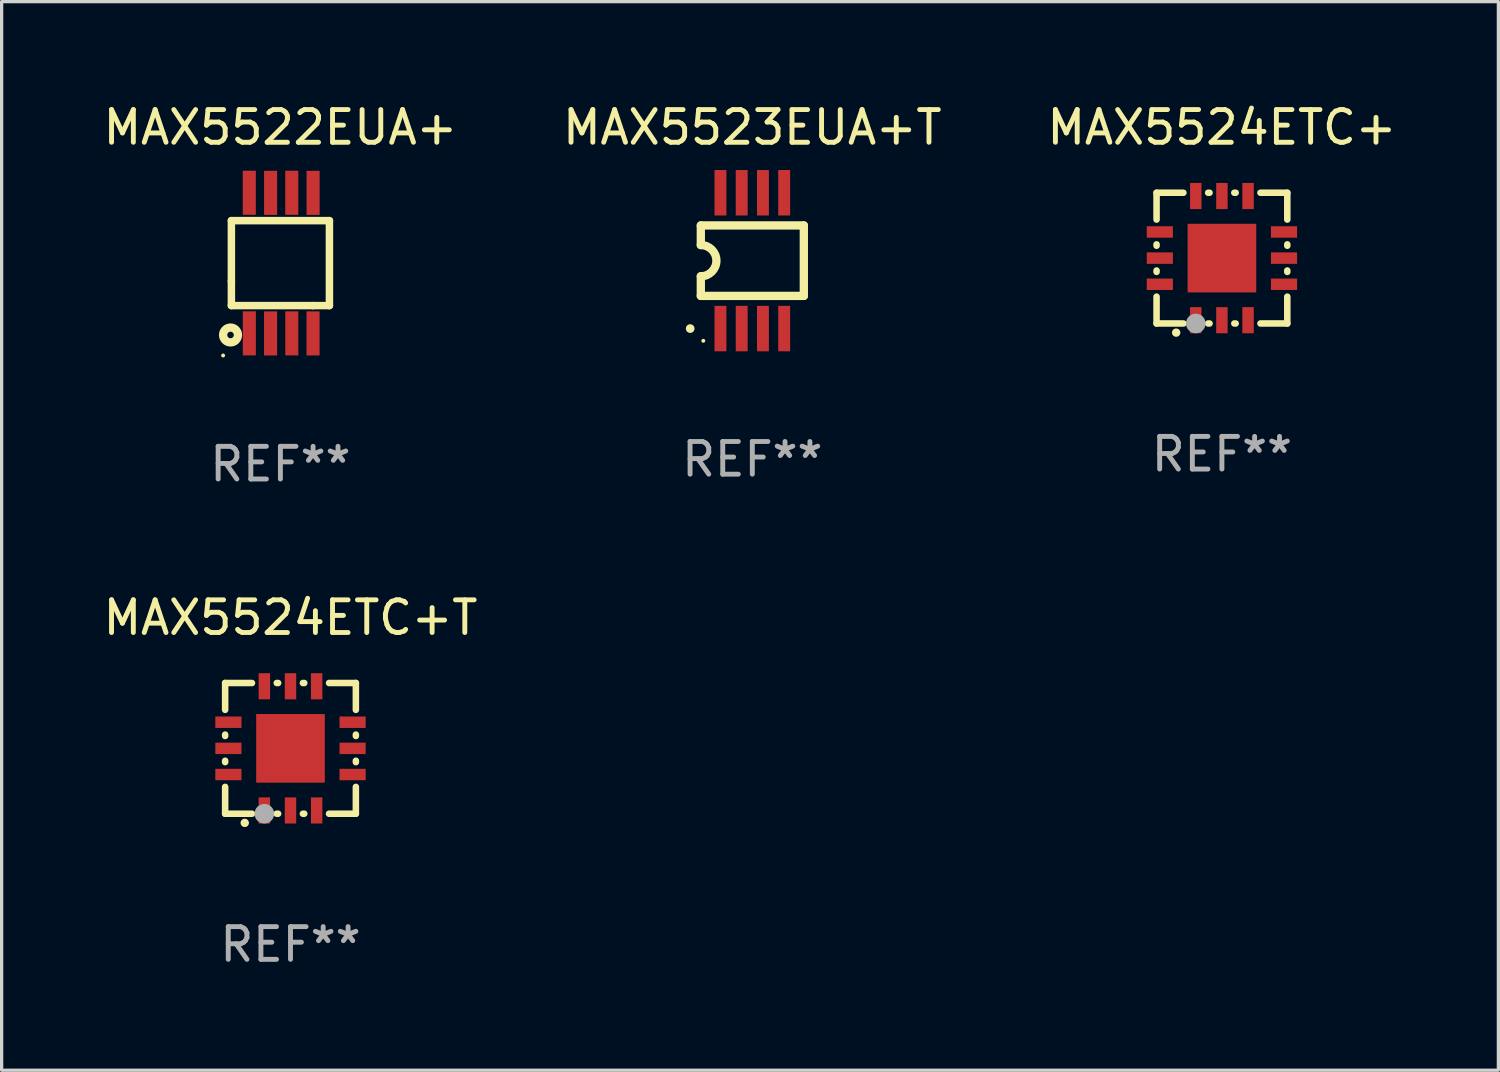
<source format=kicad_pcb>
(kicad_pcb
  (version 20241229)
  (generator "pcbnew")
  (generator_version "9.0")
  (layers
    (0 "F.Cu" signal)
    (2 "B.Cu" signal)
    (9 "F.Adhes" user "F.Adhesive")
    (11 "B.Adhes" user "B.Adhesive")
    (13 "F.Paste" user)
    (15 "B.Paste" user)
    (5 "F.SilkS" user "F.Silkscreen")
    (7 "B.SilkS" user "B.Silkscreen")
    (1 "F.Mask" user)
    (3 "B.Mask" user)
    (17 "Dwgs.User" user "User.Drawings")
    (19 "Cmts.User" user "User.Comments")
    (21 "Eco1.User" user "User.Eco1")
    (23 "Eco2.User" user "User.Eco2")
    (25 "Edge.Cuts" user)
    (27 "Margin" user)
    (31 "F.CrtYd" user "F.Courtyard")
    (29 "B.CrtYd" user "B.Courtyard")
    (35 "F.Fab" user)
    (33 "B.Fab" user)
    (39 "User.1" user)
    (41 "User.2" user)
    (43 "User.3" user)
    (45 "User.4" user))
  (footprint "MAX5522EUA+"
    (layer "F.Cu")
    (at 5.53 5)
    (property "Reference" "MAX5522EUA+" (at 0 -4.152 0) (layer "F.SilkS") (effects (font (size 1 1) (thickness 0.15))))
    (attr through_hole)
    (fp_line (start -1.5 1.301) (end 1 1.301) (stroke (width 0.229) (type solid)) (layer "F.SilkS"))
    (fp_line (start -1.5 -1.299) (end -1.5 0.551) (stroke (width 0.229) (type solid)) (layer "F.SilkS"))
    (fp_line (start -1.5 0.551) (end -1.5 1.301) (stroke (width 0.229) (type solid)) (layer "F.SilkS"))
    (fp_line (start 1 1.301) (end 1.5 1.301) (stroke (width 0.229) (type solid)) (layer "F.SilkS"))
    (fp_line (start 1.5 1.301) (end 1.5 -1.299) (stroke (width 0.229) (type solid)) (layer "F.SilkS"))
    (fp_line (start 1.5 -1.299) (end -1.5 -1.299) (stroke (width 0.229) (type solid)) (layer "F.SilkS"))
    (fp_circle (center -1.753 2.827) (end -1.723 2.827) (stroke (width 0.06) (type solid)) (fill no) (layer "F.SilkS"))
    (fp_circle (center -1.526 2.2) (end -1.426 2.2) (stroke (width 0.254) (type solid)) (fill no) (layer "F.SilkS"))
    (fp_text user "REF**" (at 0 6.152 0) (layer "F.Fab") (effects (font (size 1 1) (thickness 0.15))))
    (pad "1" smd rect (at -0.951 2.15) (size 0.4 1.349) (layers "F.Cu" "F.Mask" "F.Paste"))
    (pad "2" smd rect (at -0.301 2.152) (size 0.4 1.349) (layers "F.Cu" "F.Mask" "F.Paste"))
    (pad "3" smd rect (at 0.349 2.151) (size 0.4 1.349) (layers "F.Cu" "F.Mask" "F.Paste"))
    (pad "4" smd rect (at 0.999 2.152) (size 0.4 1.349) (layers "F.Cu" "F.Mask" "F.Paste"))
    (pad "5" smd rect (at 1 -2.149) (size 0.4 1.349) (layers "F.Cu" "F.Mask" "F.Paste"))
    (pad "6" smd rect (at 0.348 -2.152) (size 0.4 1.349) (layers "F.Cu" "F.Mask" "F.Paste"))
    (pad "7" smd rect (at -0.3 -2.149) (size 0.4 1.349) (layers "F.Cu" "F.Mask" "F.Paste"))
    (pad "8" smd rect (at -0.952 -2.152) (size 0.4 1.349) (layers "F.Cu" "F.Mask" "F.Paste")))
  (footprint "MAX5524ETC+T"
    (layer "F.Cu")
    (at 5.839 19.849)
    (property "Reference" "MAX5524ETC+T" (at 0 -4 0) (layer "F.SilkS") (effects (font (size 1 1) (thickness 0.15))))
    (attr through_hole)
    (fp_line (start -2 -2) (end -1.179 -2) (stroke (width 0.2) (type solid)) (layer "F.SilkS"))
    (fp_line (start -2 -1.179) (end -2 -2) (stroke (width 0.2) (type solid)) (layer "F.SilkS"))
    (fp_line (start -2 -0.379) (end -2 -0.421) (stroke (width 0.2) (type solid)) (layer "F.SilkS"))
    (fp_line (start -2 0.421) (end -2 0.379) (stroke (width 0.2) (type solid)) (layer "F.SilkS"))
    (fp_line (start -2 2) (end -2 1.179) (stroke (width 0.2) (type solid)) (layer "F.SilkS"))
    (fp_line (start -1.179 2) (end -2 2) (stroke (width 0.2) (type solid)) (layer "F.SilkS"))
    (fp_line (start -0.421 -2) (end -0.379 -2) (stroke (width 0.2) (type solid)) (layer "F.SilkS"))
    (fp_line (start -0.379 2) (end -0.421 2) (stroke (width 0.2) (type solid)) (layer "F.SilkS"))
    (fp_line (start 0.379 -2) (end 0.421 -2) (stroke (width 0.2) (type solid)) (layer "F.SilkS"))
    (fp_line (start 0.421 2) (end 0.379 2) (stroke (width 0.2) (type solid)) (layer "F.SilkS"))
    (fp_line (start 1.179 -2) (end 2 -2) (stroke (width 0.2) (type solid)) (layer "F.SilkS"))
    (fp_line (start 2 -2) (end 2 -1.179) (stroke (width 0.2) (type solid)) (layer "F.SilkS"))
    (fp_line (start 2 -0.421) (end 2 -0.379) (stroke (width 0.2) (type solid)) (layer "F.SilkS"))
    (fp_line (start 2 0.379) (end 2 0.421) (stroke (width 0.2) (type solid)) (layer "F.SilkS"))
    (fp_line (start 2 1.179) (end 2 2) (stroke (width 0.2) (type solid)) (layer "F.SilkS"))
    (fp_line (start 2 2) (end 1.179 2) (stroke (width 0.2) (type solid)) (layer "F.SilkS"))
    (fp_arc (start -1.40127 2.28001) (mid -1.4 2.280003) (end -1.39873 2.28001) (stroke (width 0.254001) (type solid)) (layer "F.SilkS"))
    (fp_circle (center -2 2) (end -1.97 2) (stroke (width 0.06) (type solid)) (fill no) (layer "F.SilkS"))
    (fp_circle (center -0.8 2) (end -0.65 2) (stroke (width 0.3) (type solid)) (fill no) (layer "F.Fab"))
    (fp_text user "REF**" (at 0 6 0) (layer "F.Fab") (effects (font (size 1 1) (thickness 0.15))))
    (pad "1" smd rect (at -0.8 1.9 90) (size 0.8 0.35) (layers "F.Cu" "F.Mask" "F.Paste"))
    (pad "2" smd rect (at -0.000127 1.9 90) (size 0.8 0.35) (layers "F.Cu" "F.Mask" "F.Paste"))
    (pad "3" smd rect (at 0.8 1.9 90) (size 0.8 0.35) (layers "F.Cu" "F.Mask" "F.Paste"))
    (pad "4" smd rect (at 1.9 0.8 180) (size 0.8 0.35) (layers "F.Cu" "F.Mask" "F.Paste"))
    (pad "5" smd rect (at 1.9 -0.000127 180) (size 0.8 0.35) (layers "F.Cu" "F.Mask" "F.Paste"))
    (pad "6" smd rect (at 1.9 -0.8 180) (size 0.8 0.35) (layers "F.Cu" "F.Mask" "F.Paste"))
    (pad "7" smd rect (at 0.8 -1.9 270) (size 0.8 0.35) (layers "F.Cu" "F.Mask" "F.Paste"))
    (pad "8" smd rect (at -0.000127 -1.9 270) (size 0.8 0.35) (layers "F.Cu" "F.Mask" "F.Paste"))
    (pad "9" smd rect (at -0.8 -1.9 270) (size 0.8 0.35) (layers "F.Cu" "F.Mask" "F.Paste"))
    (pad "10" smd rect (at -1.9 -0.8) (size 0.8 0.35) (layers "F.Cu" "F.Mask" "F.Paste"))
    (pad "11" smd rect (at -1.9 -0.000127) (size 0.8 0.35) (layers "F.Cu" "F.Mask" "F.Paste"))
    (pad "12" smd rect (at -1.9 0.8) (size 0.8 0.35) (layers "F.Cu" "F.Mask" "F.Paste"))
    (pad "13" smd rect (at -0.000127 -0.000127 90) (size 2.1 2.1) (layers "F.Cu" "F.Mask" "F.Paste")))
  (footprint "MAX5523EUA+T"
    (layer "F.Cu")
    (at 19.97 4.926)
    (property "Reference" "MAX5523EUA+T" (at 0 -4.078 0) (layer "F.SilkS") (effects (font (size 1 1) (thickness 0.15))))
    (attr through_hole)
    (fp_line (start -1.576 -1.078) (end -1.576 -0.478) (stroke (width 0.254) (type solid)) (layer "F.SilkS"))
    (fp_line (start -1.576 -1.078) (end 1.576 -1.078) (stroke (width 0.254) (type solid)) (layer "F.SilkS"))
    (fp_line (start -1.576 1.078) (end -1.576 0.478) (stroke (width 0.254) (type solid)) (layer "F.SilkS"))
    (fp_line (start 1.576 -1.078) (end 1.576 1.078) (stroke (width 0.254) (type solid)) (layer "F.SilkS"))
    (fp_line (start 1.576 1.078) (end -1.576 1.078) (stroke (width 0.254) (type solid)) (layer "F.SilkS"))
    (fp_arc (start -1.577343 -0.47752) (mid -1.099721 -0.000481) (end -1.5762 0.477699) (stroke (width 0.254001) (type solid)) (layer "F.SilkS"))
    (fp_circle (center -1.901 2.078) (end -1.834 2.078) (stroke (width 0.134) (type solid)) (fill no) (layer "F.SilkS"))
    (fp_circle (center -1.5 2.452) (end -1.47 2.452) (stroke (width 0.06) (type solid)) (fill no) (layer "F.SilkS"))
    (fp_text user "REF**" (at 0 6.078 0) (layer "F.Fab") (effects (font (size 1 1) (thickness 0.15))))
    (pad "1" smd rect (at -0.975 2.078) (size 0.364 1.391) (layers "F.Cu" "F.Mask" "F.Paste"))
    (pad "2" smd rect (at -0.325 2.078) (size 0.364 1.391) (layers "F.Cu" "F.Mask" "F.Paste"))
    (pad "3" smd rect (at 0.325 2.078) (size 0.364 1.391) (layers "F.Cu" "F.Mask" "F.Paste"))
    (pad "4" smd rect (at 0.975 2.078) (size 0.364 1.391) (layers "F.Cu" "F.Mask" "F.Paste"))
    (pad "5" smd rect (at 0.975 -2.078) (size 0.364 1.391) (layers "F.Cu" "F.Mask" "F.Paste"))
    (pad "6" smd rect (at 0.325 -2.078) (size 0.364 1.391) (layers "F.Cu" "F.Mask" "F.Paste"))
    (pad "7" smd rect (at -0.325 -2.078) (size 0.364 1.391) (layers "F.Cu" "F.Mask" "F.Paste"))
    (pad "8" smd rect (at -0.975 -2.078) (size 0.364 1.391) (layers "F.Cu" "F.Mask" "F.Paste")))
  (footprint "MAX5524ETC+"
    (layer "F.Cu")
    (at 34.339 4.848)
    (property "Reference" "MAX5524ETC+" (at 0 -4 0) (layer "F.SilkS") (effects (font (size 1 1) (thickness 0.15))))
    (attr through_hole)
    (fp_line (start -2 -2) (end -1.179 -2) (stroke (width 0.2) (type solid)) (layer "F.SilkS"))
    (fp_line (start -2 -1.179) (end -2 -2) (stroke (width 0.2) (type solid)) (layer "F.SilkS"))
    (fp_line (start -2 -0.379) (end -2 -0.421) (stroke (width 0.2) (type solid)) (layer "F.SilkS"))
    (fp_line (start -2 0.421) (end -2 0.379) (stroke (width 0.2) (type solid)) (layer "F.SilkS"))
    (fp_line (start -2 2) (end -2 1.179) (stroke (width 0.2) (type solid)) (layer "F.SilkS"))
    (fp_line (start -1.179 2) (end -2 2) (stroke (width 0.2) (type solid)) (layer "F.SilkS"))
    (fp_line (start -0.421 -2) (end -0.379 -2) (stroke (width 0.2) (type solid)) (layer "F.SilkS"))
    (fp_line (start -0.379 2) (end -0.421 2) (stroke (width 0.2) (type solid)) (layer "F.SilkS"))
    (fp_line (start 0.379 -2) (end 0.421 -2) (stroke (width 0.2) (type solid)) (layer "F.SilkS"))
    (fp_line (start 0.421 2) (end 0.379 2) (stroke (width 0.2) (type solid)) (layer "F.SilkS"))
    (fp_line (start 1.179 -2) (end 2 -2) (stroke (width 0.2) (type solid)) (layer "F.SilkS"))
    (fp_line (start 2 -2) (end 2 -1.179) (stroke (width 0.2) (type solid)) (layer "F.SilkS"))
    (fp_line (start 2 -0.421) (end 2 -0.379) (stroke (width 0.2) (type solid)) (layer "F.SilkS"))
    (fp_line (start 2 0.379) (end 2 0.421) (stroke (width 0.2) (type solid)) (layer "F.SilkS"))
    (fp_line (start 2 1.179) (end 2 2) (stroke (width 0.2) (type solid)) (layer "F.SilkS"))
    (fp_line (start 2 2) (end 1.179 2) (stroke (width 0.2) (type solid)) (layer "F.SilkS"))
    (fp_arc (start -1.40127 2.28001) (mid -1.4 2.280003) (end -1.39873 2.28001) (stroke (width 0.254001) (type solid)) (layer "F.SilkS"))
    (fp_circle (center -2 2) (end -1.97 2) (stroke (width 0.06) (type solid)) (fill no) (layer "F.SilkS"))
    (fp_circle (center -0.8 2) (end -0.65 2) (stroke (width 0.3) (type solid)) (fill no) (layer "F.Fab"))
    (fp_text user "REF**" (at 0 6 0) (layer "F.Fab") (effects (font (size 1 1) (thickness 0.15))))
    (pad "1" smd rect (at -0.8 1.9 90) (size 0.8 0.35) (layers "F.Cu" "F.Mask" "F.Paste"))
    (pad "2" smd rect (at -0.000127 1.9 90) (size 0.8 0.35) (layers "F.Cu" "F.Mask" "F.Paste"))
    (pad "3" smd rect (at 0.8 1.9 90) (size 0.8 0.35) (layers "F.Cu" "F.Mask" "F.Paste"))
    (pad "4" smd rect (at 1.9 0.8 180) (size 0.8 0.35) (layers "F.Cu" "F.Mask" "F.Paste"))
    (pad "5" smd rect (at 1.9 -0.000127 180) (size 0.8 0.35) (layers "F.Cu" "F.Mask" "F.Paste"))
    (pad "6" smd rect (at 1.9 -0.8 180) (size 0.8 0.35) (layers "F.Cu" "F.Mask" "F.Paste"))
    (pad "7" smd rect (at 0.8 -1.9 270) (size 0.8 0.35) (layers "F.Cu" "F.Mask" "F.Paste"))
    (pad "8" smd rect (at -0.000127 -1.9 270) (size 0.8 0.35) (layers "F.Cu" "F.Mask" "F.Paste"))
    (pad "9" smd rect (at -0.8 -1.9 270) (size 0.8 0.35) (layers "F.Cu" "F.Mask" "F.Paste"))
    (pad "10" smd rect (at -1.9 -0.8) (size 0.8 0.35) (layers "F.Cu" "F.Mask" "F.Paste"))
    (pad "11" smd rect (at -1.9 -0.000127) (size 0.8 0.35) (layers "F.Cu" "F.Mask" "F.Paste"))
    (pad "12" smd rect (at -1.9 0.8) (size 0.8 0.35) (layers "F.Cu" "F.Mask" "F.Paste"))
    (pad "13" smd rect (at -0.000127 -0.000127 90) (size 2.1 2.1) (layers "F.Cu" "F.Mask" "F.Paste")))
  (gr_rect
    (start -3 -3)
    (end 42.798 29.697)
    (stroke (width 0.1) (type default))
    (fill no)
    (layer "Edge.Cuts")))
</source>
